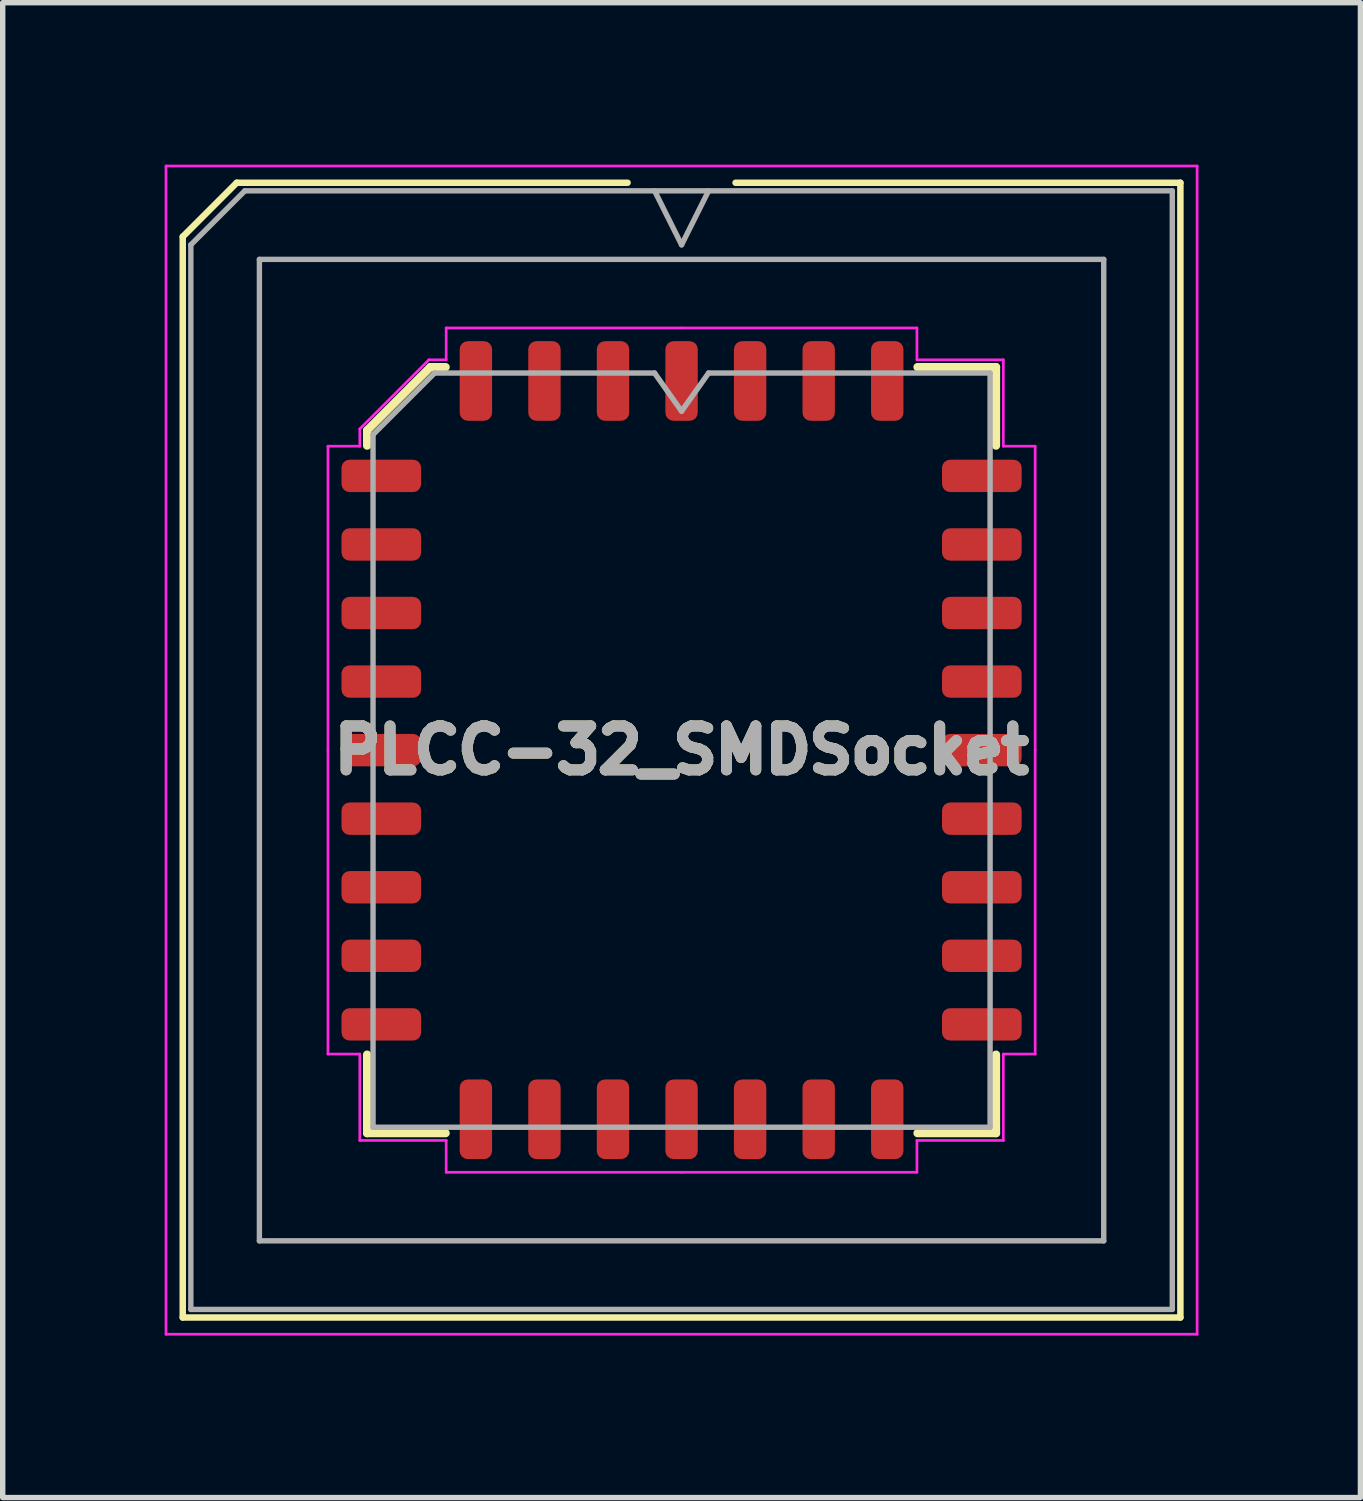
<source format=kicad_pcb>
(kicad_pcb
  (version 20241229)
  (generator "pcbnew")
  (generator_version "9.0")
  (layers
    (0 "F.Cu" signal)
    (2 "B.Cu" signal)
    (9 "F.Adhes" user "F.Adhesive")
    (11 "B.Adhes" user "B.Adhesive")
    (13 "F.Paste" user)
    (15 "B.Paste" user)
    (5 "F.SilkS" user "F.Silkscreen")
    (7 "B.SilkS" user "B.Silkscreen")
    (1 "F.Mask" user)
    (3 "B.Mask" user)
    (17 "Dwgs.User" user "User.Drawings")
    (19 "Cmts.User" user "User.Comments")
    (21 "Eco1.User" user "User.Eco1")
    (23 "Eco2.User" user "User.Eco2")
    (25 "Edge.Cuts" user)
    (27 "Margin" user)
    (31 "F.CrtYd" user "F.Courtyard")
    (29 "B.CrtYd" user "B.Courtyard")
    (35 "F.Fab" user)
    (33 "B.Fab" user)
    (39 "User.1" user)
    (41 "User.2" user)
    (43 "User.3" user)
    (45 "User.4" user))
  (footprint "PLCC-32_SMDSocket"
    (layer "F.Cu")
    (at 9.575 10.845)
    (property "Reference" "PLCC-32_SMDSocket" (at 0 0 0) (layer "F.Fab") (effects (font (size 0.813 0.813) (thickness 0.203))))
    (attr smd)
    (fp_line (start -9.24 -9.51) (end -9.24 10.51) (stroke (width 0.12) (type solid)) (layer "F.SilkS"))
    (fp_line (start -9.24 10.51) (end 9.24 10.51) (stroke (width 0.12) (type solid)) (layer "F.SilkS"))
    (fp_line (start -8.24 -10.51) (end -9.24 -9.51) (stroke (width 0.12) (type solid)) (layer "F.SilkS"))
    (fp_line (start -5.825 -5.923) (end -5.825 -5.64) (stroke (width 0.152) (type solid)) (layer "F.SilkS"))
    (fp_line (start -5.825 7.095) (end -5.825 5.64) (stroke (width 0.152) (type solid)) (layer "F.SilkS"))
    (fp_line (start -4.653 -7.095) (end -5.825 -5.923) (stroke (width 0.152) (type solid)) (layer "F.SilkS"))
    (fp_line (start -4.37 -7.095) (end -4.653 -7.095) (stroke (width 0.152) (type solid)) (layer "F.SilkS"))
    (fp_line (start -4.37 7.095) (end -5.825 7.095) (stroke (width 0.152) (type solid)) (layer "F.SilkS"))
    (fp_line (start -1 -10.51) (end -8.24 -10.51) (stroke (width 0.12) (type solid)) (layer "F.SilkS"))
    (fp_line (start 4.37 -7.095) (end 5.825 -7.095) (stroke (width 0.152) (type solid)) (layer "F.SilkS"))
    (fp_line (start 4.37 7.095) (end 5.825 7.095) (stroke (width 0.152) (type solid)) (layer "F.SilkS"))
    (fp_line (start 5.825 -7.095) (end 5.825 -5.64) (stroke (width 0.152) (type solid)) (layer "F.SilkS"))
    (fp_line (start 5.825 7.095) (end 5.825 5.64) (stroke (width 0.152) (type solid)) (layer "F.SilkS"))
    (fp_line (start 9.24 -10.51) (end 1 -10.51) (stroke (width 0.12) (type solid)) (layer "F.SilkS"))
    (fp_line (start 9.24 10.51) (end 9.24 -10.51) (stroke (width 0.12) (type solid)) (layer "F.SilkS"))
    (fp_line (start -9.55 -10.82) (end -9.55 10.82) (stroke (width 0.05) (type solid)) (layer "F.CrtYd"))
    (fp_line (start -9.55 10.82) (end 9.55 10.82) (stroke (width 0.05) (type solid)) (layer "F.CrtYd"))
    (fp_line (start -6.55 -5.63) (end -6.55 0) (stroke (width 0.05) (type solid)) (layer "F.CrtYd"))
    (fp_line (start -6.55 5.63) (end -6.55 0) (stroke (width 0.05) (type solid)) (layer "F.CrtYd"))
    (fp_line (start -5.96 -5.95) (end -5.96 -5.63) (stroke (width 0.05) (type solid)) (layer "F.CrtYd"))
    (fp_line (start -5.96 -5.63) (end -6.55 -5.63) (stroke (width 0.05) (type solid)) (layer "F.CrtYd"))
    (fp_line (start -5.96 5.63) (end -6.55 5.63) (stroke (width 0.05) (type solid)) (layer "F.CrtYd"))
    (fp_line (start -5.96 7.23) (end -5.96 5.63) (stroke (width 0.05) (type solid)) (layer "F.CrtYd"))
    (fp_line (start -4.68 -7.23) (end -5.96 -5.95) (stroke (width 0.05) (type solid)) (layer "F.CrtYd"))
    (fp_line (start -4.36 -7.82) (end -4.36 -7.23) (stroke (width 0.05) (type solid)) (layer "F.CrtYd"))
    (fp_line (start -4.36 -7.23) (end -4.68 -7.23) (stroke (width 0.05) (type solid)) (layer "F.CrtYd"))
    (fp_line (start -4.36 7.23) (end -5.96 7.23) (stroke (width 0.05) (type solid)) (layer "F.CrtYd"))
    (fp_line (start -4.36 7.82) (end -4.36 7.23) (stroke (width 0.05) (type solid)) (layer "F.CrtYd"))
    (fp_line (start 0 -7.82) (end -4.36 -7.82) (stroke (width 0.05) (type solid)) (layer "F.CrtYd"))
    (fp_line (start 0 -7.82) (end 4.36 -7.82) (stroke (width 0.05) (type solid)) (layer "F.CrtYd"))
    (fp_line (start 0 7.82) (end -4.36 7.82) (stroke (width 0.05) (type solid)) (layer "F.CrtYd"))
    (fp_line (start 0 7.82) (end 4.36 7.82) (stroke (width 0.05) (type solid)) (layer "F.CrtYd"))
    (fp_line (start 4.36 -7.82) (end 4.36 -7.23) (stroke (width 0.05) (type solid)) (layer "F.CrtYd"))
    (fp_line (start 4.36 -7.23) (end 5.96 -7.23) (stroke (width 0.05) (type solid)) (layer "F.CrtYd"))
    (fp_line (start 4.36 7.23) (end 5.96 7.23) (stroke (width 0.05) (type solid)) (layer "F.CrtYd"))
    (fp_line (start 4.36 7.82) (end 4.36 7.23) (stroke (width 0.05) (type solid)) (layer "F.CrtYd"))
    (fp_line (start 5.96 -7.23) (end 5.96 -5.63) (stroke (width 0.05) (type solid)) (layer "F.CrtYd"))
    (fp_line (start 5.96 -5.63) (end 6.55 -5.63) (stroke (width 0.05) (type solid)) (layer "F.CrtYd"))
    (fp_line (start 5.96 5.63) (end 6.55 5.63) (stroke (width 0.05) (type solid)) (layer "F.CrtYd"))
    (fp_line (start 5.96 7.23) (end 5.96 5.63) (stroke (width 0.05) (type solid)) (layer "F.CrtYd"))
    (fp_line (start 6.55 -5.63) (end 6.55 0) (stroke (width 0.05) (type solid)) (layer "F.CrtYd"))
    (fp_line (start 6.55 5.63) (end 6.55 0) (stroke (width 0.05) (type solid)) (layer "F.CrtYd"))
    (fp_line (start 9.55 -10.82) (end -9.55 -10.82) (stroke (width 0.05) (type solid)) (layer "F.CrtYd"))
    (fp_line (start 9.55 10.82) (end 9.55 -10.82) (stroke (width 0.05) (type solid)) (layer "F.CrtYd"))
    (fp_line (start -9.09 -9.36) (end -9.09 10.36) (stroke (width 0.1) (type solid)) (layer "F.Fab"))
    (fp_line (start -9.09 10.36) (end 9.09 10.36) (stroke (width 0.1) (type solid)) (layer "F.Fab"))
    (fp_line (start -8.09 -10.36) (end -9.09 -9.36) (stroke (width 0.1) (type solid)) (layer "F.Fab"))
    (fp_line (start -7.82 -9.09) (end -7.82 9.09) (stroke (width 0.1) (type solid)) (layer "F.Fab"))
    (fp_line (start -7.82 9.09) (end 7.82 9.09) (stroke (width 0.1) (type solid)) (layer "F.Fab"))
    (fp_line (start -5.715 -5.845) (end -4.575 -6.985) (stroke (width 0.1) (type solid)) (layer "F.Fab"))
    (fp_line (start -5.715 6.985) (end -5.715 -5.845) (stroke (width 0.1) (type solid)) (layer "F.Fab"))
    (fp_line (start -4.575 -6.985) (end -0.5 -6.985) (stroke (width 0.1) (type solid)) (layer "F.Fab"))
    (fp_line (start -0.5 -10.36) (end 0 -9.36) (stroke (width 0.1) (type solid)) (layer "F.Fab"))
    (fp_line (start -0.5 -6.985) (end 0 -6.278) (stroke (width 0.1) (type solid)) (layer "F.Fab"))
    (fp_line (start 0 -9.36) (end 0.5 -10.36) (stroke (width 0.1) (type solid)) (layer "F.Fab"))
    (fp_line (start 0 -6.278) (end 0.5 -6.985) (stroke (width 0.1) (type solid)) (layer "F.Fab"))
    (fp_line (start 0.5 -6.985) (end 5.715 -6.985) (stroke (width 0.1) (type solid)) (layer "F.Fab"))
    (fp_line (start 5.715 -6.985) (end 5.715 6.985) (stroke (width 0.1) (type solid)) (layer "F.Fab"))
    (fp_line (start 5.715 6.985) (end -5.715 6.985) (stroke (width 0.1) (type solid)) (layer "F.Fab"))
    (fp_line (start 7.82 -9.09) (end -7.82 -9.09) (stroke (width 0.1) (type solid)) (layer "F.Fab"))
    (fp_line (start 7.82 9.09) (end 7.82 -9.09) (stroke (width 0.1) (type solid)) (layer "F.Fab"))
    (fp_line (start 9.09 -10.36) (end -8.09 -10.36) (stroke (width 0.1) (type solid)) (layer "F.Fab"))
    (fp_line (start 9.09 10.36) (end 9.09 -10.36) (stroke (width 0.1) (type solid)) (layer "F.Fab"))
    (fp_text user "${REFERENCE}" (at 0 0 0) (layer "F.SilkS") (effects (font (size 0.813 0.813) (thickness 0.203))))
    (pad "1" smd roundrect (at 0 -6.838) (size 0.6 1.475) (layers "F.Cu" "F.Mask" "F.Paste") (roundrect_rratio 0.25))
    (pad "2" smd roundrect (at -1.27 -6.838) (size 0.6 1.475) (layers "F.Cu" "F.Mask" "F.Paste") (roundrect_rratio 0.25))
    (pad "3" smd roundrect (at -2.54 -6.838) (size 0.6 1.475) (layers "F.Cu" "F.Mask" "F.Paste") (roundrect_rratio 0.25))
    (pad "4" smd roundrect (at -3.81 -6.838) (size 0.6 1.475) (layers "F.Cu" "F.Mask" "F.Paste") (roundrect_rratio 0.25))
    (pad "5" smd roundrect (at -5.562 -5.08) (size 1.475 0.6) (layers "F.Cu" "F.Mask" "F.Paste") (roundrect_rratio 0.25))
    (pad "6" smd roundrect (at -5.562 -3.81) (size 1.475 0.6) (layers "F.Cu" "F.Mask" "F.Paste") (roundrect_rratio 0.25))
    (pad "7" smd roundrect (at -5.562 -2.54) (size 1.475 0.6) (layers "F.Cu" "F.Mask" "F.Paste") (roundrect_rratio 0.25))
    (pad "8" smd roundrect (at -5.562 -1.27) (size 1.475 0.6) (layers "F.Cu" "F.Mask" "F.Paste") (roundrect_rratio 0.25))
    (pad "9" smd roundrect (at -5.562 0) (size 1.475 0.6) (layers "F.Cu" "F.Mask" "F.Paste") (roundrect_rratio 0.25))
    (pad "10" smd roundrect (at -5.562 1.27) (size 1.475 0.6) (layers "F.Cu" "F.Mask" "F.Paste") (roundrect_rratio 0.25))
    (pad "11" smd roundrect (at -5.562 2.54) (size 1.475 0.6) (layers "F.Cu" "F.Mask" "F.Paste") (roundrect_rratio 0.25))
    (pad "12" smd roundrect (at -5.562 3.81) (size 1.475 0.6) (layers "F.Cu" "F.Mask" "F.Paste") (roundrect_rratio 0.25))
    (pad "13" smd roundrect (at -5.562 5.08) (size 1.475 0.6) (layers "F.Cu" "F.Mask" "F.Paste") (roundrect_rratio 0.25))
    (pad "14" smd roundrect (at -3.81 6.838) (size 0.6 1.475) (layers "F.Cu" "F.Mask" "F.Paste") (roundrect_rratio 0.25))
    (pad "15" smd roundrect (at -2.54 6.838) (size 0.6 1.475) (layers "F.Cu" "F.Mask" "F.Paste") (roundrect_rratio 0.25))
    (pad "16" smd roundrect (at -1.27 6.838) (size 0.6 1.475) (layers "F.Cu" "F.Mask" "F.Paste") (roundrect_rratio 0.25))
    (pad "17" smd roundrect (at 0 6.838) (size 0.6 1.475) (layers "F.Cu" "F.Mask" "F.Paste") (roundrect_rratio 0.25))
    (pad "18" smd roundrect (at 1.27 6.838) (size 0.6 1.475) (layers "F.Cu" "F.Mask" "F.Paste") (roundrect_rratio 0.25))
    (pad "19" smd roundrect (at 2.54 6.838) (size 0.6 1.475) (layers "F.Cu" "F.Mask" "F.Paste") (roundrect_rratio 0.25))
    (pad "20" smd roundrect (at 3.81 6.838) (size 0.6 1.475) (layers "F.Cu" "F.Mask" "F.Paste") (roundrect_rratio 0.25))
    (pad "21" smd roundrect (at 5.562 5.08) (size 1.475 0.6) (layers "F.Cu" "F.Mask" "F.Paste") (roundrect_rratio 0.25))
    (pad "22" smd roundrect (at 5.562 3.81) (size 1.475 0.6) (layers "F.Cu" "F.Mask" "F.Paste") (roundrect_rratio 0.25))
    (pad "23" smd roundrect (at 5.562 2.54) (size 1.475 0.6) (layers "F.Cu" "F.Mask" "F.Paste") (roundrect_rratio 0.25))
    (pad "24" smd roundrect (at 5.562 1.27) (size 1.475 0.6) (layers "F.Cu" "F.Mask" "F.Paste") (roundrect_rratio 0.25))
    (pad "25" smd roundrect (at 5.562 0) (size 1.475 0.6) (layers "F.Cu" "F.Mask" "F.Paste") (roundrect_rratio 0.25))
    (pad "26" smd roundrect (at 5.562 -1.27) (size 1.475 0.6) (layers "F.Cu" "F.Mask" "F.Paste") (roundrect_rratio 0.25))
    (pad "27" smd roundrect (at 5.562 -2.54) (size 1.475 0.6) (layers "F.Cu" "F.Mask" "F.Paste") (roundrect_rratio 0.25))
    (pad "28" smd roundrect (at 5.562 -3.81) (size 1.475 0.6) (layers "F.Cu" "F.Mask" "F.Paste") (roundrect_rratio 0.25))
    (pad "29" smd roundrect (at 5.562 -5.08) (size 1.475 0.6) (layers "F.Cu" "F.Mask" "F.Paste") (roundrect_rratio 0.25))
    (pad "30" smd roundrect (at 3.81 -6.838) (size 0.6 1.475) (layers "F.Cu" "F.Mask" "F.Paste") (roundrect_rratio 0.25))
    (pad "31" smd roundrect (at 2.54 -6.838) (size 0.6 1.475) (layers "F.Cu" "F.Mask" "F.Paste") (roundrect_rratio 0.25))
    (pad "32" smd roundrect (at 1.27 -6.838) (size 0.6 1.475) (layers "F.Cu" "F.Mask" "F.Paste") (roundrect_rratio 0.25)))
  (gr_rect
    (start -3 -3)
    (end 22.15 24.69)
    (stroke (width 0.1) (type default))
    (fill no)
    (layer "Edge.Cuts")))
</source>
